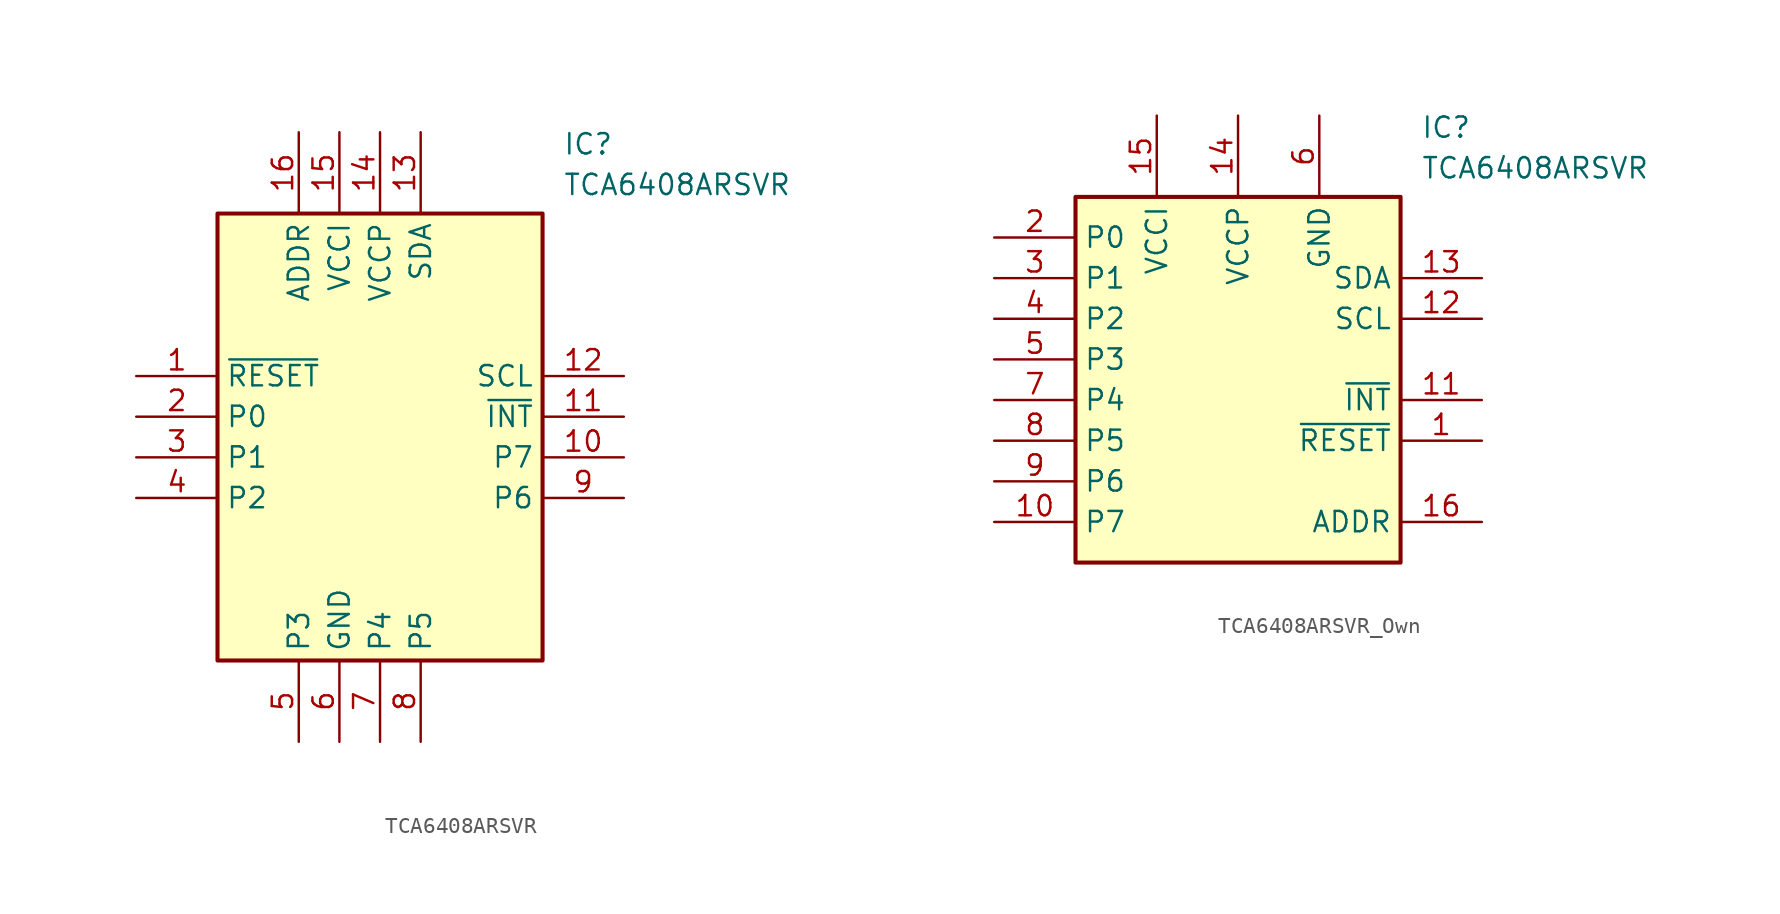
<source format=kicad_sym>
(kicad_symbol_lib
  (version 20231120)
  (generator "kicad_symbol_editor")
  (generator_version "8.0")
  (symbol "TCA6408ARSVR"
    (property "Reference" "IC"
      (at 26.67 15.24 0)
      (effects (font (size 1.27 1.27)) (justify left top)))
    (property "Value" "TCA6408ARSVR"
      (at 26.67 12.7 0)
      (effects (font (size 1.27 1.27)) (justify left top)))
    (symbol "TCA6408ARSVR_1_1"
      (rectangle (start 5.08 10.16) (end 25.4 -17.78) (stroke (width 0.254) (type default)) (fill (type background)))
      (pin passive line (at 0 0 0) (length 5.08) (name "~{RESET}" (effects (font (size 1.27 1.27)))) (number "1" (effects (font (size 1.27 1.27)))))
      (pin passive line (at 30.48 -5.08 180) (length 5.08) (name "P7" (effects (font (size 1.27 1.27)))) (number "10" (effects (font (size 1.27 1.27)))))
      (pin passive line (at 30.48 -2.54 180) (length 5.08) (name "~{INT}" (effects (font (size 1.27 1.27)))) (number "11" (effects (font (size 1.27 1.27)))))
      (pin passive line (at 30.48 0 180) (length 5.08) (name "SCL" (effects (font (size 1.27 1.27)))) (number "12" (effects (font (size 1.27 1.27)))))
      (pin passive line (at 17.78 15.24 270) (length 5.08) (name "SDA" (effects (font (size 1.27 1.27)))) (number "13" (effects (font (size 1.27 1.27)))))
      (pin passive line (at 15.24 15.24 270) (length 5.08) (name "VCCP" (effects (font (size 1.27 1.27)))) (number "14" (effects (font (size 1.27 1.27)))))
      (pin passive line (at 12.7 15.24 270) (length 5.08) (name "VCCI" (effects (font (size 1.27 1.27)))) (number "15" (effects (font (size 1.27 1.27)))))
      (pin passive line (at 10.16 15.24 270) (length 5.08) (name "ADDR" (effects (font (size 1.27 1.27)))) (number "16" (effects (font (size 1.27 1.27)))))
      (pin passive line (at 0 -2.54 0) (length 5.08) (name "P0" (effects (font (size 1.27 1.27)))) (number "2" (effects (font (size 1.27 1.27)))))
      (pin passive line (at 0 -5.08 0) (length 5.08) (name "P1" (effects (font (size 1.27 1.27)))) (number "3" (effects (font (size 1.27 1.27)))))
      (pin passive line (at 0 -7.62 0) (length 5.08) (name "P2" (effects (font (size 1.27 1.27)))) (number "4" (effects (font (size 1.27 1.27)))))
      (pin passive line (at 10.16 -22.86 90) (length 5.08) (name "P3" (effects (font (size 1.27 1.27)))) (number "5" (effects (font (size 1.27 1.27)))))
      (pin passive line (at 12.7 -22.86 90) (length 5.08) (name "GND" (effects (font (size 1.27 1.27)))) (number "6" (effects (font (size 1.27 1.27)))))
      (pin passive line (at 15.24 -22.86 90) (length 5.08) (name "P4" (effects (font (size 1.27 1.27)))) (number "7" (effects (font (size 1.27 1.27)))))
      (pin passive line (at 17.78 -22.86 90) (length 5.08) (name "P5" (effects (font (size 1.27 1.27)))) (number "8" (effects (font (size 1.27 1.27)))))
      (pin passive line (at 30.48 -7.62 180) (length 5.08) (name "P6" (effects (font (size 1.27 1.27)))) (number "9" (effects (font (size 1.27 1.27)))))))
  (symbol "TCA6408ARSVR_Own"
    (property "Reference" "IC"
      (at 26.67 15.24 0)
      (effects (font (size 1.27 1.27)) (justify left top)))
    (property "Value" "TCA6408ARSVR"
      (at 26.67 12.7 0)
      (effects (font (size 1.27 1.27)) (justify left top)))
    (symbol "TCA6408ARSVR_Own_1_1"
      (rectangle (start 5.08 10.16) (end 25.4 -12.7) (stroke (width 0.254) (type default)) (fill (type background)))
      (pin passive line (at 30.48 -5.08 180) (length 5.08) (name "~{RESET}" (effects (font (size 1.27 1.27)))) (number "1" (effects (font (size 1.27 1.27)))))
      (pin passive line (at 0 -10.16 0) (length 5.08) (name "P7" (effects (font (size 1.27 1.27)))) (number "10" (effects (font (size 1.27 1.27)))))
      (pin passive line (at 30.48 -2.54 180) (length 5.08) (name "~{INT}" (effects (font (size 1.27 1.27)))) (number "11" (effects (font (size 1.27 1.27)))))
      (pin passive line (at 30.48 2.54 180) (length 5.08) (name "SCL" (effects (font (size 1.27 1.27)))) (number "12" (effects (font (size 1.27 1.27)))))
      (pin passive line (at 30.48 5.08 180) (length 5.08) (name "SDA" (effects (font (size 1.27 1.27)))) (number "13" (effects (font (size 1.27 1.27)))))
      (pin passive line (at 15.24 15.24 270) (length 5.08) (name "VCCP" (effects (font (size 1.27 1.27)))) (number "14" (effects (font (size 1.27 1.27)))))
      (pin passive line (at 10.16 15.24 270) (length 5.08) (name "VCCI" (effects (font (size 1.27 1.27)))) (number "15" (effects (font (size 1.27 1.27)))))
      (pin passive line (at 30.48 -10.16 180) (length 5.08) (name "ADDR" (effects (font (size 1.27 1.27)))) (number "16" (effects (font (size 1.27 1.27)))))
      (pin passive line (at 0 7.62 0) (length 5.08) (name "P0" (effects (font (size 1.27 1.27)))) (number "2" (effects (font (size 1.27 1.27)))))
      (pin passive line (at 0 5.08 0) (length 5.08) (name "P1" (effects (font (size 1.27 1.27)))) (number "3" (effects (font (size 1.27 1.27)))))
      (pin passive line (at 0 2.54 0) (length 5.08) (name "P2" (effects (font (size 1.27 1.27)))) (number "4" (effects (font (size 1.27 1.27)))))
      (pin passive line (at 0 0 0) (length 5.08) (name "P3" (effects (font (size 1.27 1.27)))) (number "5" (effects (font (size 1.27 1.27)))))
      (pin passive line (at 20.32 15.24 270) (length 5.08) (name "GND" (effects (font (size 1.27 1.27)))) (number "6" (effects (font (size 1.27 1.27)))))
      (pin passive line (at 0 -2.54 0) (length 5.08) (name "P4" (effects (font (size 1.27 1.27)))) (number "7" (effects (font (size 1.27 1.27)))))
      (pin passive line (at 0 -5.08 0) (length 5.08) (name "P5" (effects (font (size 1.27 1.27)))) (number "8" (effects (font (size 1.27 1.27)))))
      (pin passive line (at 0 -7.62 0) (length 5.08) (name "P6" (effects (font (size 1.27 1.27)))) (number "9" (effects (font (size 1.27 1.27))))))))
</source>
